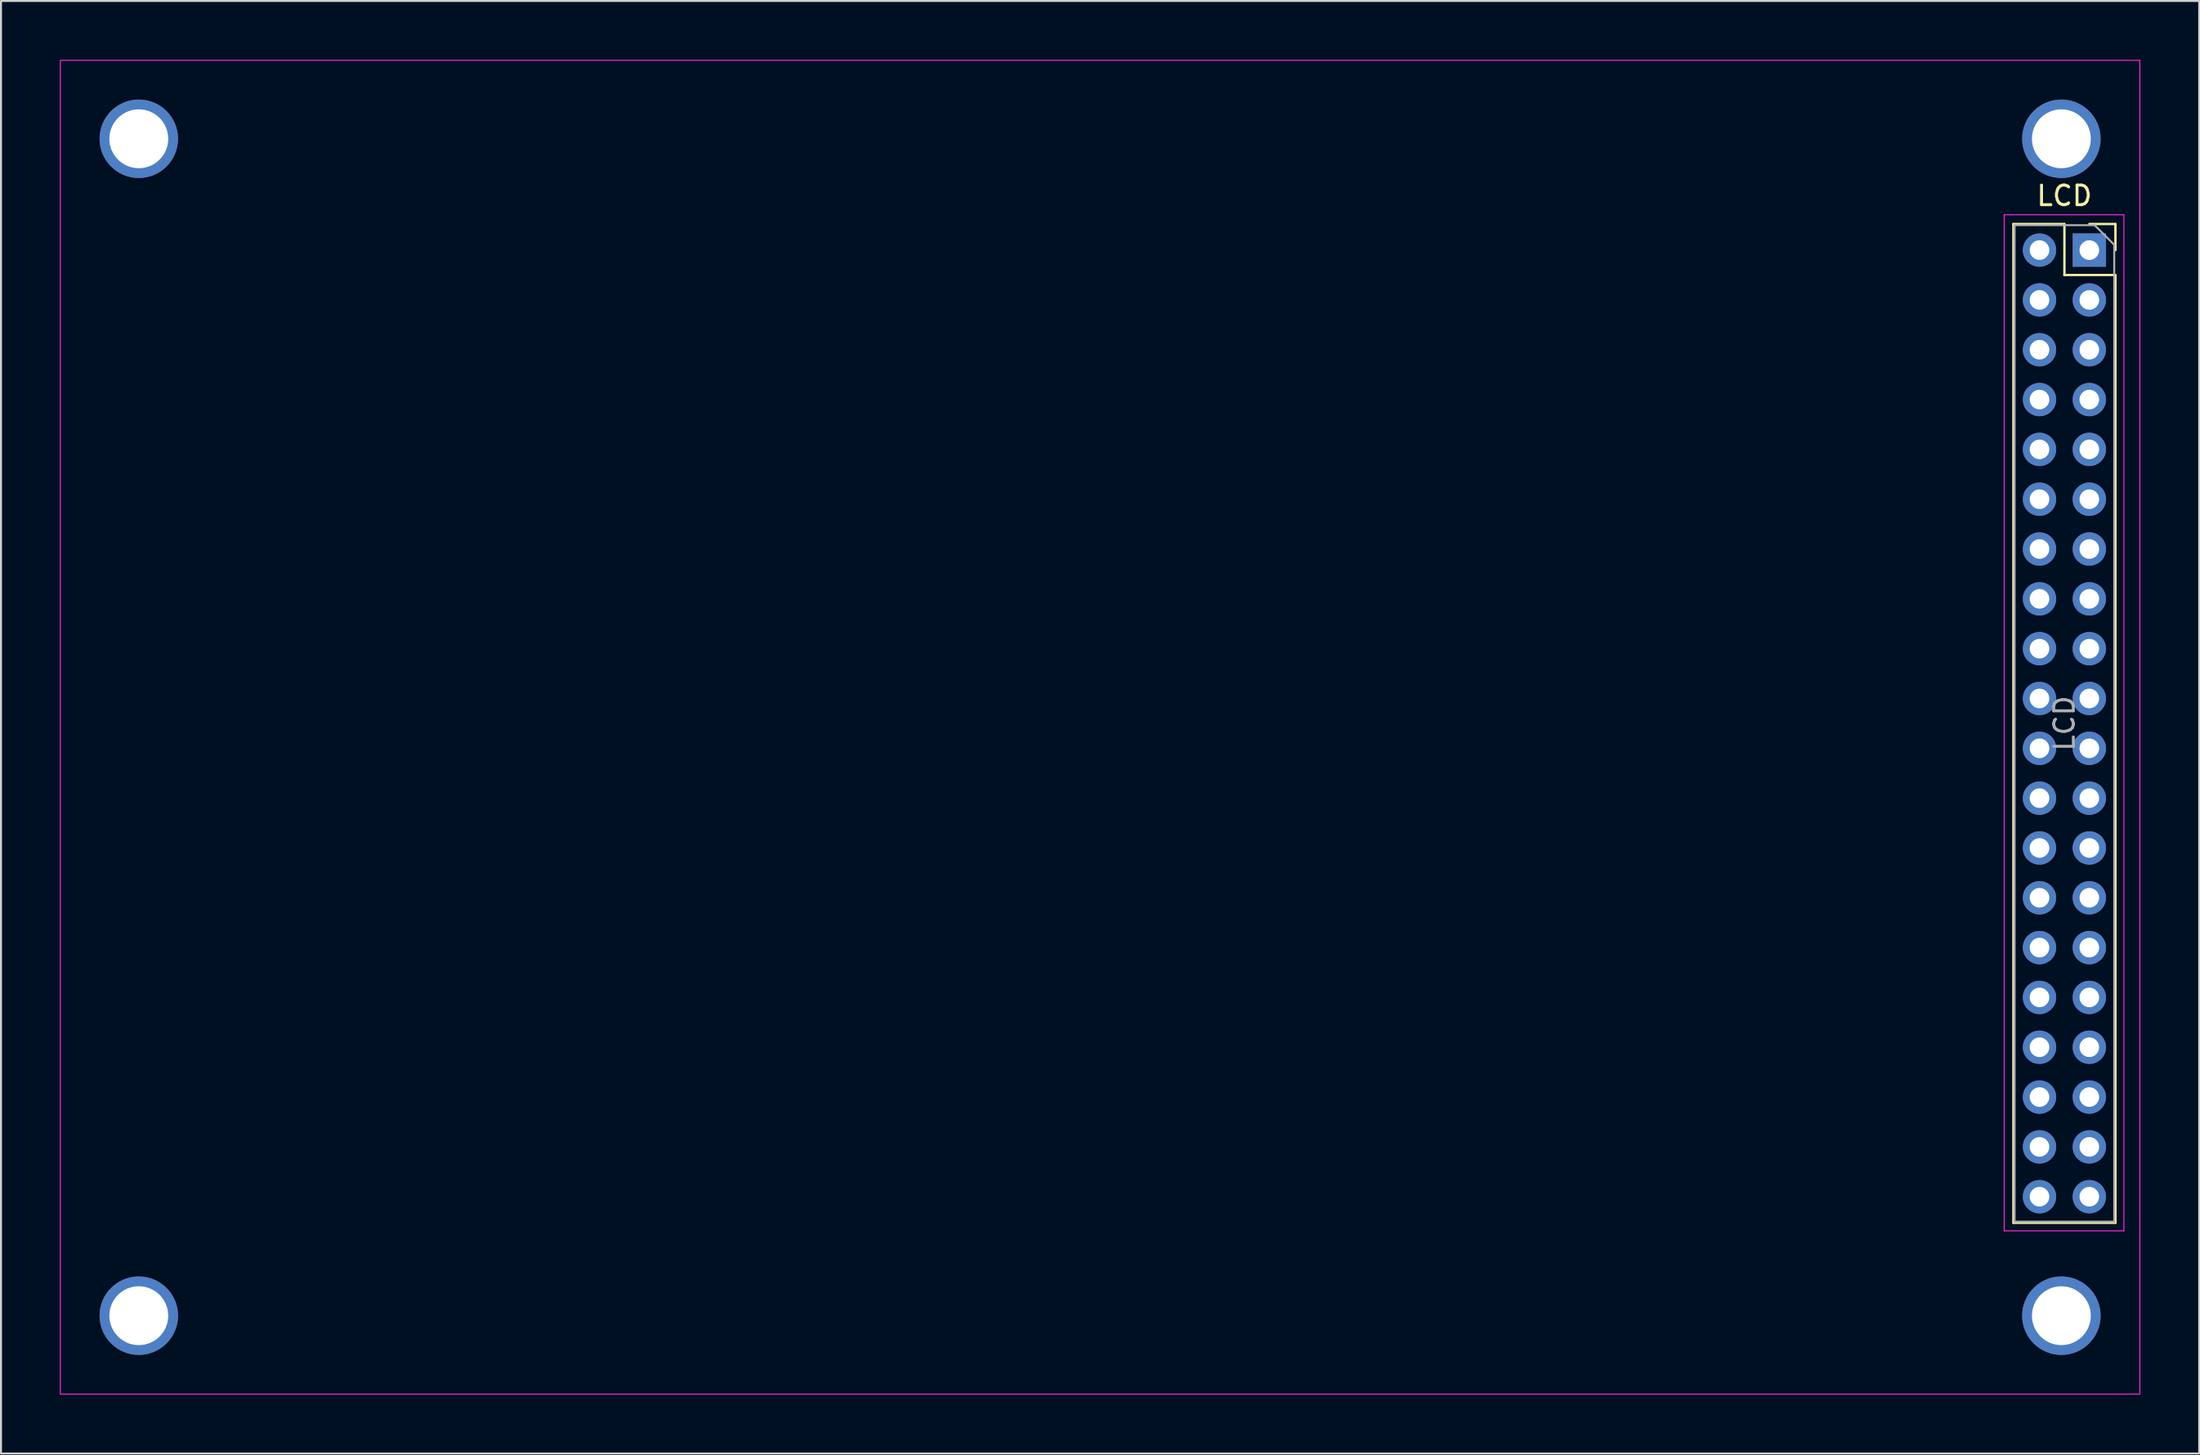
<source format=kicad_pcb>
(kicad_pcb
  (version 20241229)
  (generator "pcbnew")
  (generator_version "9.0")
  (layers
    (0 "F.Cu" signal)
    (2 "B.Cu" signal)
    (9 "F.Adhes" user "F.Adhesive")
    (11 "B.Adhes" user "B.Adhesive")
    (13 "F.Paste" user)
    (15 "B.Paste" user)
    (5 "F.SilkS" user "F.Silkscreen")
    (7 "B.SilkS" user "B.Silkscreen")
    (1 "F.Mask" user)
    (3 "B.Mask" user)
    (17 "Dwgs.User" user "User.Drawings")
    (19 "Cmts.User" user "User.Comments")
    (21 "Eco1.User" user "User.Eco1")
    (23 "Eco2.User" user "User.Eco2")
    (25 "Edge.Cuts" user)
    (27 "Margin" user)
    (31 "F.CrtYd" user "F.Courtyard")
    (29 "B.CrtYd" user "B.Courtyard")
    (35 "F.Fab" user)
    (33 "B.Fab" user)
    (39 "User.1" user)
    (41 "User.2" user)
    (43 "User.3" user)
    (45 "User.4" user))
  (footprint "LCD"
    (layer "F.Cu")
    (at 103.45 9.7)
    (property "Reference" "LCD" (at -1.27 -2.77 0) (layer "F.SilkS") (effects (font (size 1 1) (thickness 0.15))))
    (attr through_hole)
    (fp_line (start -3.87 -1.33) (end -3.87 49.59) (stroke (width 0.12) (type solid)) (layer "F.SilkS"))
    (fp_line (start -3.87 -1.33) (end -1.27 -1.33) (stroke (width 0.12) (type solid)) (layer "F.SilkS"))
    (fp_line (start -3.87 49.59) (end 1.33 49.59) (stroke (width 0.12) (type solid)) (layer "F.SilkS"))
    (fp_line (start -1.27 -1.33) (end -1.27 1.27) (stroke (width 0.12) (type solid)) (layer "F.SilkS"))
    (fp_line (start -1.27 1.27) (end 1.33 1.27) (stroke (width 0.12) (type solid)) (layer "F.SilkS"))
    (fp_line (start 0 -1.33) (end 1.33 -1.33) (stroke (width 0.12) (type solid)) (layer "F.SilkS"))
    (fp_line (start 1.33 -1.33) (end 1.33 0) (stroke (width 0.12) (type solid)) (layer "F.SilkS"))
    (fp_line (start 1.33 1.27) (end 1.33 49.59) (stroke (width 0.12) (type solid)) (layer "F.SilkS"))
    (fp_line (start -4.34 -1.8) (end 1.76 -1.8) (stroke (width 0.05) (type solid)) (layer "F.CrtYd"))
    (fp_line (start -4.34 50) (end -4.34 -1.8) (stroke (width 0.05) (type solid)) (layer "F.CrtYd"))
    (fp_line (start 1.76 -1.8) (end 1.76 50) (stroke (width 0.05) (type solid)) (layer "F.CrtYd"))
    (fp_line (start 1.76 50) (end -4.34 50) (stroke (width 0.05) (type solid)) (layer "F.CrtYd"))
    (fp_rect (start -103.425 -9.675) (end 2.575 58.325) (stroke (width 0.05) (type default)) (fill no) (layer "F.CrtYd"))
    (fp_line (start -3.81 -1.27) (end 0.27 -1.27) (stroke (width 0.1) (type solid)) (layer "F.Fab"))
    (fp_line (start -3.81 49.53) (end -3.81 -1.27) (stroke (width 0.1) (type solid)) (layer "F.Fab"))
    (fp_line (start 0.27 -1.27) (end 1.27 -0.27) (stroke (width 0.1) (type solid)) (layer "F.Fab"))
    (fp_line (start 1.27 -0.27) (end 1.27 49.53) (stroke (width 0.1) (type solid)) (layer "F.Fab"))
    (fp_line (start 1.27 49.53) (end -3.81 49.53) (stroke (width 0.1) (type solid)) (layer "F.Fab"))
    (fp_text user "${REFERENCE}" (at -1.27 24.13 90) (layer "F.Fab") (effects (font (size 1 1) (thickness 0.15))))
    (pad "" np_thru_hole circle (at -99.425 -5.675) (size 4 4) (drill 3) (layers "*.Cu" "*.Mask"))
    (pad "" np_thru_hole circle (at -99.425 54.325) (size 4 4) (drill 3) (layers "*.Cu" "*.Mask"))
    (pad "" np_thru_hole circle (at -1.425 -5.675) (size 4 4) (drill 3) (layers "*.Cu" "*.Mask"))
    (pad "" np_thru_hole circle (at -1.425 54.325) (size 4 4) (drill 3) (layers "*.Cu" "*.Mask"))
    (pad "1" thru_hole rect (at 0 0) (size 1.7 1.7) (drill 1) (layers "*.Cu" "*.Mask"))
    (pad "2" thru_hole oval (at -2.54 0) (size 1.7 1.7) (drill 1) (layers "*.Cu" "*.Mask"))
    (pad "3" thru_hole oval (at 0 2.54) (size 1.7 1.7) (drill 1) (layers "*.Cu" "*.Mask"))
    (pad "4" thru_hole oval (at -2.54 2.54) (size 1.7 1.7) (drill 1) (layers "*.Cu" "*.Mask"))
    (pad "5" thru_hole oval (at 0 5.08) (size 1.7 1.7) (drill 1) (layers "*.Cu" "*.Mask"))
    (pad "6" thru_hole oval (at -2.54 5.08) (size 1.7 1.7) (drill 1) (layers "*.Cu" "*.Mask"))
    (pad "7" thru_hole oval (at 0 7.62) (size 1.7 1.7) (drill 1) (layers "*.Cu" "*.Mask"))
    (pad "8" thru_hole oval (at -2.54 7.62) (size 1.7 1.7) (drill 1) (layers "*.Cu" "*.Mask"))
    (pad "9" thru_hole oval (at 0 10.16) (size 1.7 1.7) (drill 1) (layers "*.Cu" "*.Mask"))
    (pad "10" thru_hole oval (at -2.54 10.16) (size 1.7 1.7) (drill 1) (layers "*.Cu" "*.Mask"))
    (pad "11" thru_hole oval (at 0 12.7) (size 1.7 1.7) (drill 1) (layers "*.Cu" "*.Mask"))
    (pad "12" thru_hole oval (at -2.54 12.7) (size 1.7 1.7) (drill 1) (layers "*.Cu" "*.Mask"))
    (pad "13" thru_hole oval (at 0 15.24) (size 1.7 1.7) (drill 1) (layers "*.Cu" "*.Mask"))
    (pad "14" thru_hole oval (at -2.54 15.24) (size 1.7 1.7) (drill 1) (layers "*.Cu" "*.Mask"))
    (pad "15" thru_hole oval (at 0 17.78) (size 1.7 1.7) (drill 1) (layers "*.Cu" "*.Mask"))
    (pad "16" thru_hole oval (at -2.54 17.78) (size 1.7 1.7) (drill 1) (layers "*.Cu" "*.Mask"))
    (pad "17" thru_hole oval (at 0 20.32) (size 1.7 1.7) (drill 1) (layers "*.Cu" "*.Mask"))
    (pad "18" thru_hole oval (at -2.54 20.32) (size 1.7 1.7) (drill 1) (layers "*.Cu" "*.Mask"))
    (pad "19" thru_hole oval (at 0 22.86) (size 1.7 1.7) (drill 1) (layers "*.Cu" "*.Mask"))
    (pad "20" thru_hole oval (at -2.54 22.86) (size 1.7 1.7) (drill 1) (layers "*.Cu" "*.Mask"))
    (pad "21" thru_hole oval (at 0 25.4) (size 1.7 1.7) (drill 1) (layers "*.Cu" "*.Mask"))
    (pad "22" thru_hole oval (at -2.54 25.4) (size 1.7 1.7) (drill 1) (layers "*.Cu" "*.Mask"))
    (pad "23" thru_hole oval (at 0 27.94) (size 1.7 1.7) (drill 1) (layers "*.Cu" "*.Mask"))
    (pad "24" thru_hole oval (at -2.54 27.94) (size 1.7 1.7) (drill 1) (layers "*.Cu" "*.Mask"))
    (pad "25" thru_hole oval (at 0 30.48) (size 1.7 1.7) (drill 1) (layers "*.Cu" "*.Mask"))
    (pad "26" thru_hole oval (at -2.54 30.48) (size 1.7 1.7) (drill 1) (layers "*.Cu" "*.Mask"))
    (pad "27" thru_hole oval (at 0 33.02) (size 1.7 1.7) (drill 1) (layers "*.Cu" "*.Mask"))
    (pad "28" thru_hole oval (at -2.54 33.02) (size 1.7 1.7) (drill 1) (layers "*.Cu" "*.Mask"))
    (pad "29" thru_hole oval (at 0 35.56) (size 1.7 1.7) (drill 1) (layers "*.Cu" "*.Mask"))
    (pad "30" thru_hole oval (at -2.54 35.56) (size 1.7 1.7) (drill 1) (layers "*.Cu" "*.Mask"))
    (pad "31" thru_hole oval (at 0 38.1) (size 1.7 1.7) (drill 1) (layers "*.Cu" "*.Mask"))
    (pad "32" thru_hole oval (at -2.54 38.1) (size 1.7 1.7) (drill 1) (layers "*.Cu" "*.Mask"))
    (pad "33" thru_hole oval (at 0 40.64) (size 1.7 1.7) (drill 1) (layers "*.Cu" "*.Mask"))
    (pad "34" thru_hole oval (at -2.54 40.64) (size 1.7 1.7) (drill 1) (layers "*.Cu" "*.Mask"))
    (pad "35" thru_hole oval (at 0 43.18) (size 1.7 1.7) (drill 1) (layers "*.Cu" "*.Mask"))
    (pad "36" thru_hole oval (at -2.54 43.18) (size 1.7 1.7) (drill 1) (layers "*.Cu" "*.Mask"))
    (pad "37" thru_hole oval (at 0 45.72) (size 1.7 1.7) (drill 1) (layers "*.Cu" "*.Mask"))
    (pad "38" thru_hole oval (at -2.54 45.72) (size 1.7 1.7) (drill 1) (layers "*.Cu" "*.Mask"))
    (pad "39" thru_hole oval (at 0 48.26) (size 1.7 1.7) (drill 1) (layers "*.Cu" "*.Mask"))
    (pad "40" thru_hole oval (at -2.54 48.26) (size 1.7 1.7) (drill 1) (layers "*.Cu" "*.Mask")))
  (gr_rect
    (start -3 -3)
    (end 109.05 71.05)
    (stroke (width 0.1) (type default))
    (fill no)
    (layer "Edge.Cuts")))
</source>
